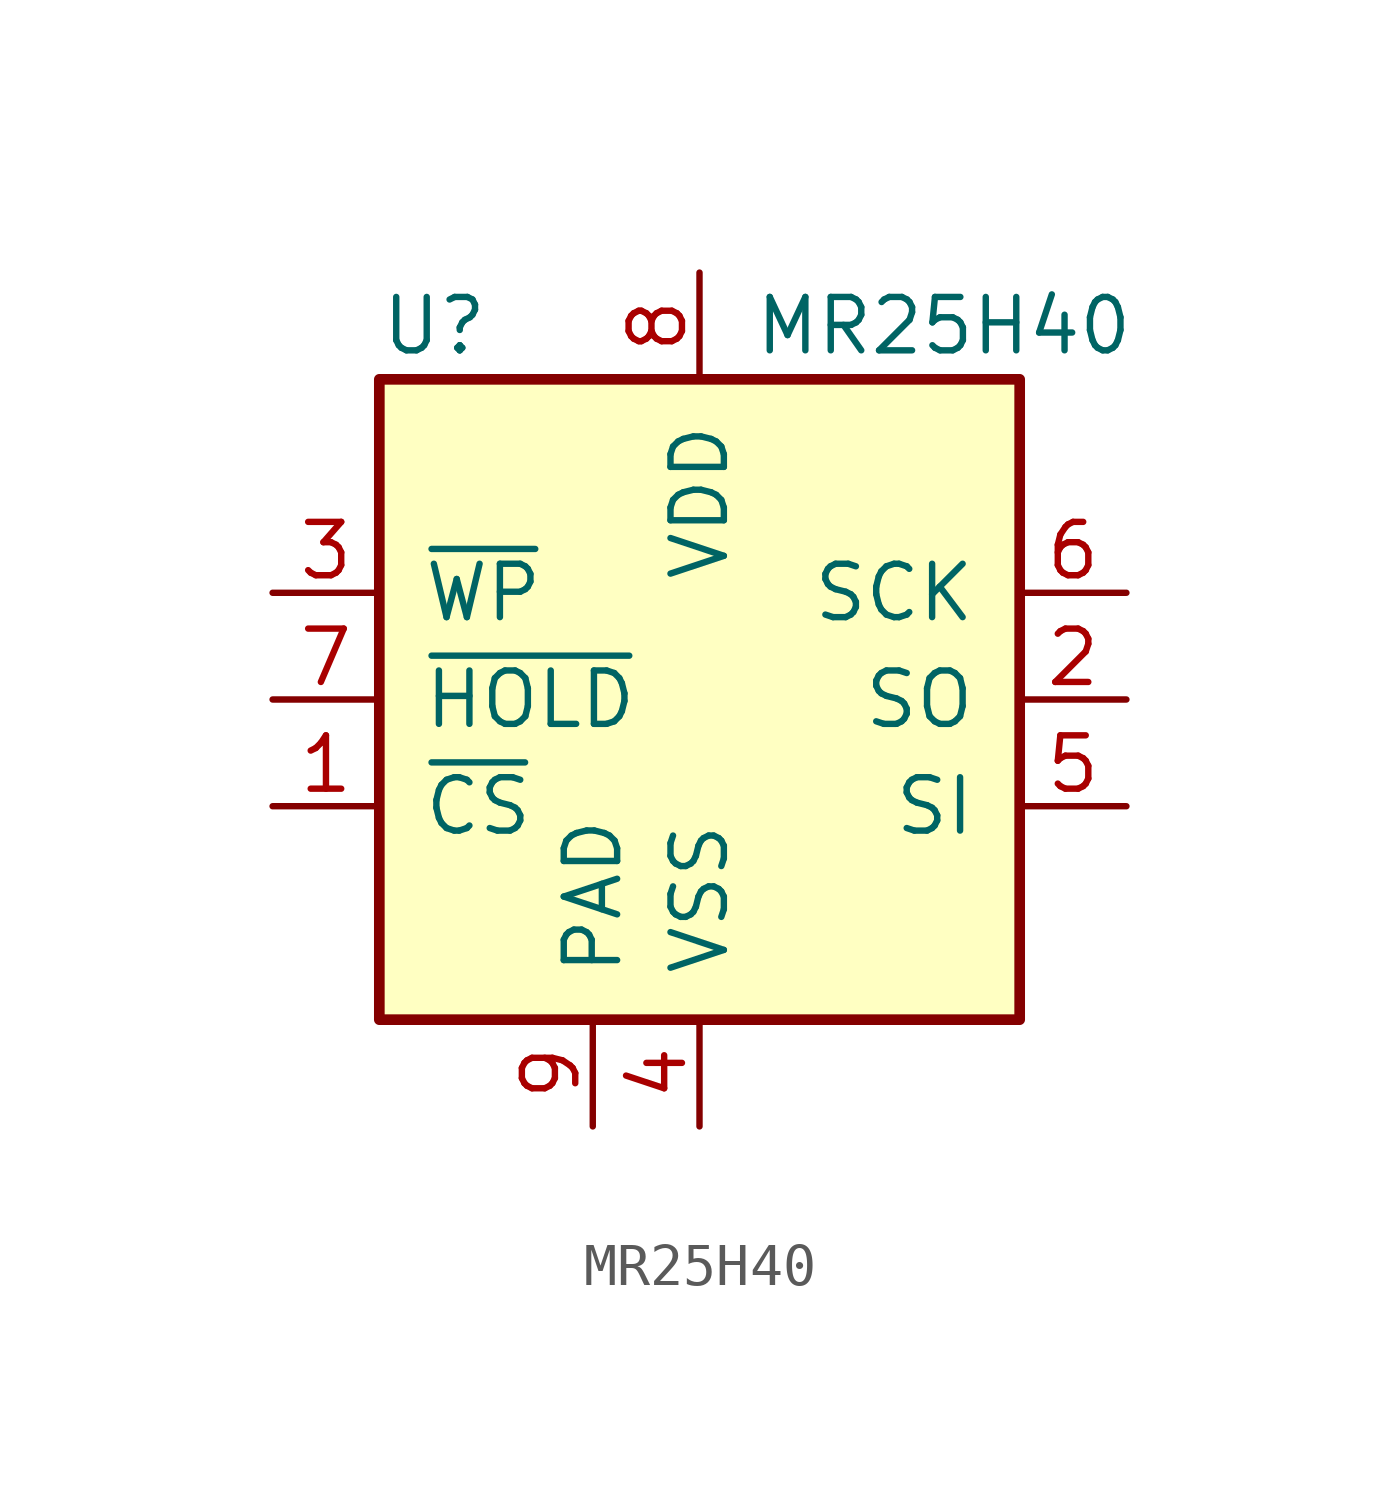
<source format=kicad_sym>
(kicad_symbol_lib
  (version 20211014)
  (generator kicad_symbol_editor)
  (symbol "MR25H40"
    (pin_names
      (offset 1.016))
    (property "Reference" "U"
      (at -7.62 8.89 0)
      (effects (font (size 1.27 1.27)) (justify left)))
    (property "Value" "MR25H40"
      (at 1.27 8.89 0)
      (effects (font (size 1.27 1.27)) (justify left)))
    (symbol "MR25H40_0_1"
      (rectangle (start -7.62 7.62) (end 7.62 -7.62) (stroke (width 0.254) (type default) (color 0 0 0 0)) (fill (type background))))
    (symbol "MR25H40_1_1"
      (pin input line (at -10.16 -2.54 0) (length 2.54) (name "~{CS}" (effects (font (size 1.27 1.27)))) (number "1" (effects (font (size 1.27 1.27)))))
      (pin output line (at 10.16 0 180) (length 2.54) (name "SO" (effects (font (size 1.27 1.27)))) (number "2" (effects (font (size 1.27 1.27)))))
      (pin input line (at -10.16 2.54 0) (length 2.54) (name "~{WP}" (effects (font (size 1.27 1.27)))) (number "3" (effects (font (size 1.27 1.27)))))
      (pin power_in line (at 0 -10.16 90) (length 2.54) (name "VSS" (effects (font (size 1.27 1.27)))) (number "4" (effects (font (size 1.27 1.27)))))
      (pin input line (at 10.16 -2.54 180) (length 2.54) (name "SI" (effects (font (size 1.27 1.27)))) (number "5" (effects (font (size 1.27 1.27)))))
      (pin input line (at 10.16 2.54 180) (length 2.54) (name "SCK" (effects (font (size 1.27 1.27)))) (number "6" (effects (font (size 1.27 1.27)))))
      (pin input line (at -10.16 0 0) (length 2.54) (name "~{HOLD}" (effects (font (size 1.27 1.27)))) (number "7" (effects (font (size 1.27 1.27)))))
      (pin power_in line (at 0 10.16 270) (length 2.54) (name "VDD" (effects (font (size 1.27 1.27)))) (number "8" (effects (font (size 1.27 1.27)))))
      (pin power_in line (at -2.54 -10.16 90) (length 2.54) (name "PAD" (effects (font (size 1.27 1.27)))) (number "9" (effects (font (size 1.27 1.27))))))))
</source>
